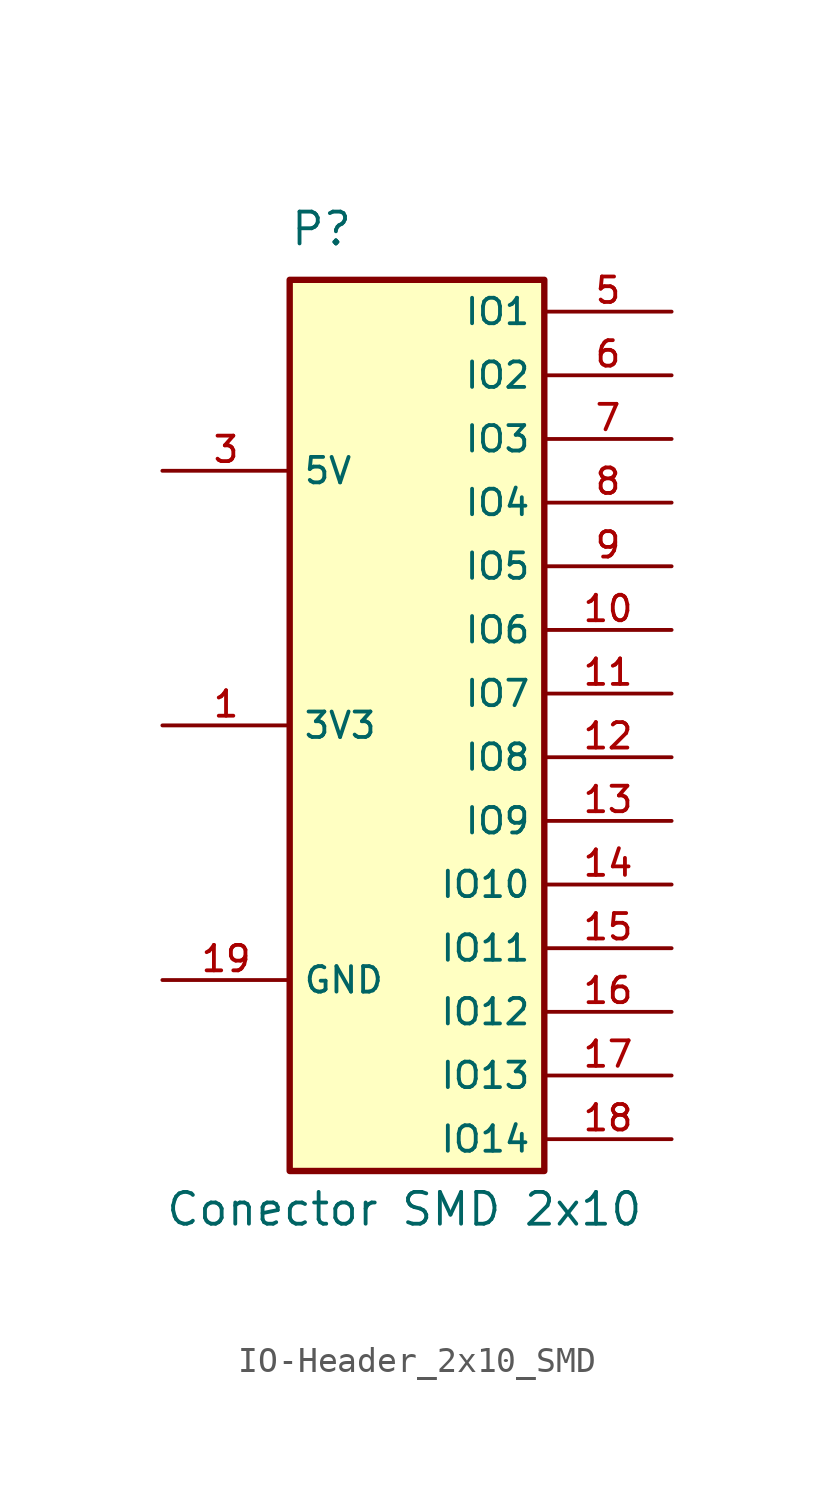
<source format=kicad_sym>
(kicad_symbol_lib
  (version 20231120)
  (generator "kicad_symbol_editor")
  (generator_version "8.0")
  (symbol "IO-Header_2x10_SMD"
    (property "Reference" "P"
      (at -6.35 19.812 0)
      (effects (font (size 1.27 1.27))))
    (property "Value" "Conector SMD 2x10"
      (at -3.048 -19.304 0)
      (effects (font (size 1.27 1.27))))
    (symbol "IO-Header_2x10_SMD_0_0"
      (rectangle (start -7.62 17.78) (end 2.54 -17.78) (stroke (width 0.254) (type default)) (fill (type background))))
    (symbol "IO-Header_2x10_SMD_1_0"
      (pin power_in line (at -12.7 0 0) (length 5.08) (name "3V3" (effects (font (size 1.016 1.016)))) (number "1" (effects (font (size 1.016 1.016)))))
      (pin bidirectional line (at 7.62 3.81 180) (length 5.08) (name "IO6" (effects (font (size 1.016 1.016)))) (number "10" (effects (font (size 1.016 1.016)))))
      (pin bidirectional line (at 7.62 1.27 180) (length 5.08) (name "IO7" (effects (font (size 1.016 1.016)))) (number "11" (effects (font (size 1.016 1.016)))))
      (pin bidirectional line (at 7.62 -1.27 180) (length 5.08) (name "IO8" (effects (font (size 1.016 1.016)))) (number "12" (effects (font (size 1.016 1.016)))))
      (pin bidirectional line (at 7.62 -3.81 180) (length 5.08) (name "IO9" (effects (font (size 1.016 1.016)))) (number "13" (effects (font (size 1.016 1.016)))))
      (pin bidirectional line (at 7.62 -6.35 180) (length 5.08) (name "IO10" (effects (font (size 1.016 1.016)))) (number "14" (effects (font (size 1.016 1.016)))))
      (pin bidirectional line (at 7.62 -8.89 180) (length 5.08) (name "IO11" (effects (font (size 1.016 1.016)))) (number "15" (effects (font (size 1.016 1.016)))))
      (pin bidirectional line (at 7.62 -11.43 180) (length 5.08) (name "IO12" (effects (font (size 1.016 1.016)))) (number "16" (effects (font (size 1.016 1.016)))))
      (pin bidirectional line (at 7.62 -13.97 180) (length 5.08) (name "IO13" (effects (font (size 1.016 1.016)))) (number "17" (effects (font (size 1.016 1.016)))))
      (pin bidirectional line (at 7.62 -16.51 180) (length 5.08) (name "IO14" (effects (font (size 1.016 1.016)))) (number "18" (effects (font (size 1.016 1.016)))))
      (pin power_in line (at -12.7 -10.16 0) (length 5.08) (name "GND" (effects (font (size 1.016 1.016)))) (number "19" (effects (font (size 1.016 1.016)))))
      (pin passive line (at -12.7 0 0) (length 5.08) hide (name "3V3" (effects (font (size 1.016 1.016)))) (number "2" (effects (font (size 1.016 1.016)))))
      (pin passive line (at -12.7 -10.16 0) (length 5.08) hide (name "GND" (effects (font (size 1.016 1.016)))) (number "20" (effects (font (size 1.016 1.016)))))
      (pin power_in line (at -12.7 10.16 0) (length 5.08) (name "5V" (effects (font (size 1.016 1.016)))) (number "3" (effects (font (size 1.016 1.016)))))
      (pin passive line (at -12.7 10.16 0) (length 5.08) hide (name "5V" (effects (font (size 1.016 1.016)))) (number "4" (effects (font (size 1.016 1.016)))))
      (pin bidirectional line (at 7.62 16.51 180) (length 5.08) (name "IO1" (effects (font (size 1.016 1.016)))) (number "5" (effects (font (size 1.016 1.016)))))
      (pin bidirectional line (at 7.62 13.97 180) (length 5.08) (name "IO2" (effects (font (size 1.016 1.016)))) (number "6" (effects (font (size 1.016 1.016)))))
      (pin bidirectional line (at 7.62 11.43 180) (length 5.08) (name "IO3" (effects (font (size 1.016 1.016)))) (number "7" (effects (font (size 1.016 1.016)))))
      (pin bidirectional line (at 7.62 8.89 180) (length 5.08) (name "IO4" (effects (font (size 1.016 1.016)))) (number "8" (effects (font (size 1.016 1.016)))))
      (pin bidirectional line (at 7.62 6.35 180) (length 5.08) (name "IO5" (effects (font (size 1.016 1.016)))) (number "9" (effects (font (size 1.016 1.016))))))))
</source>
